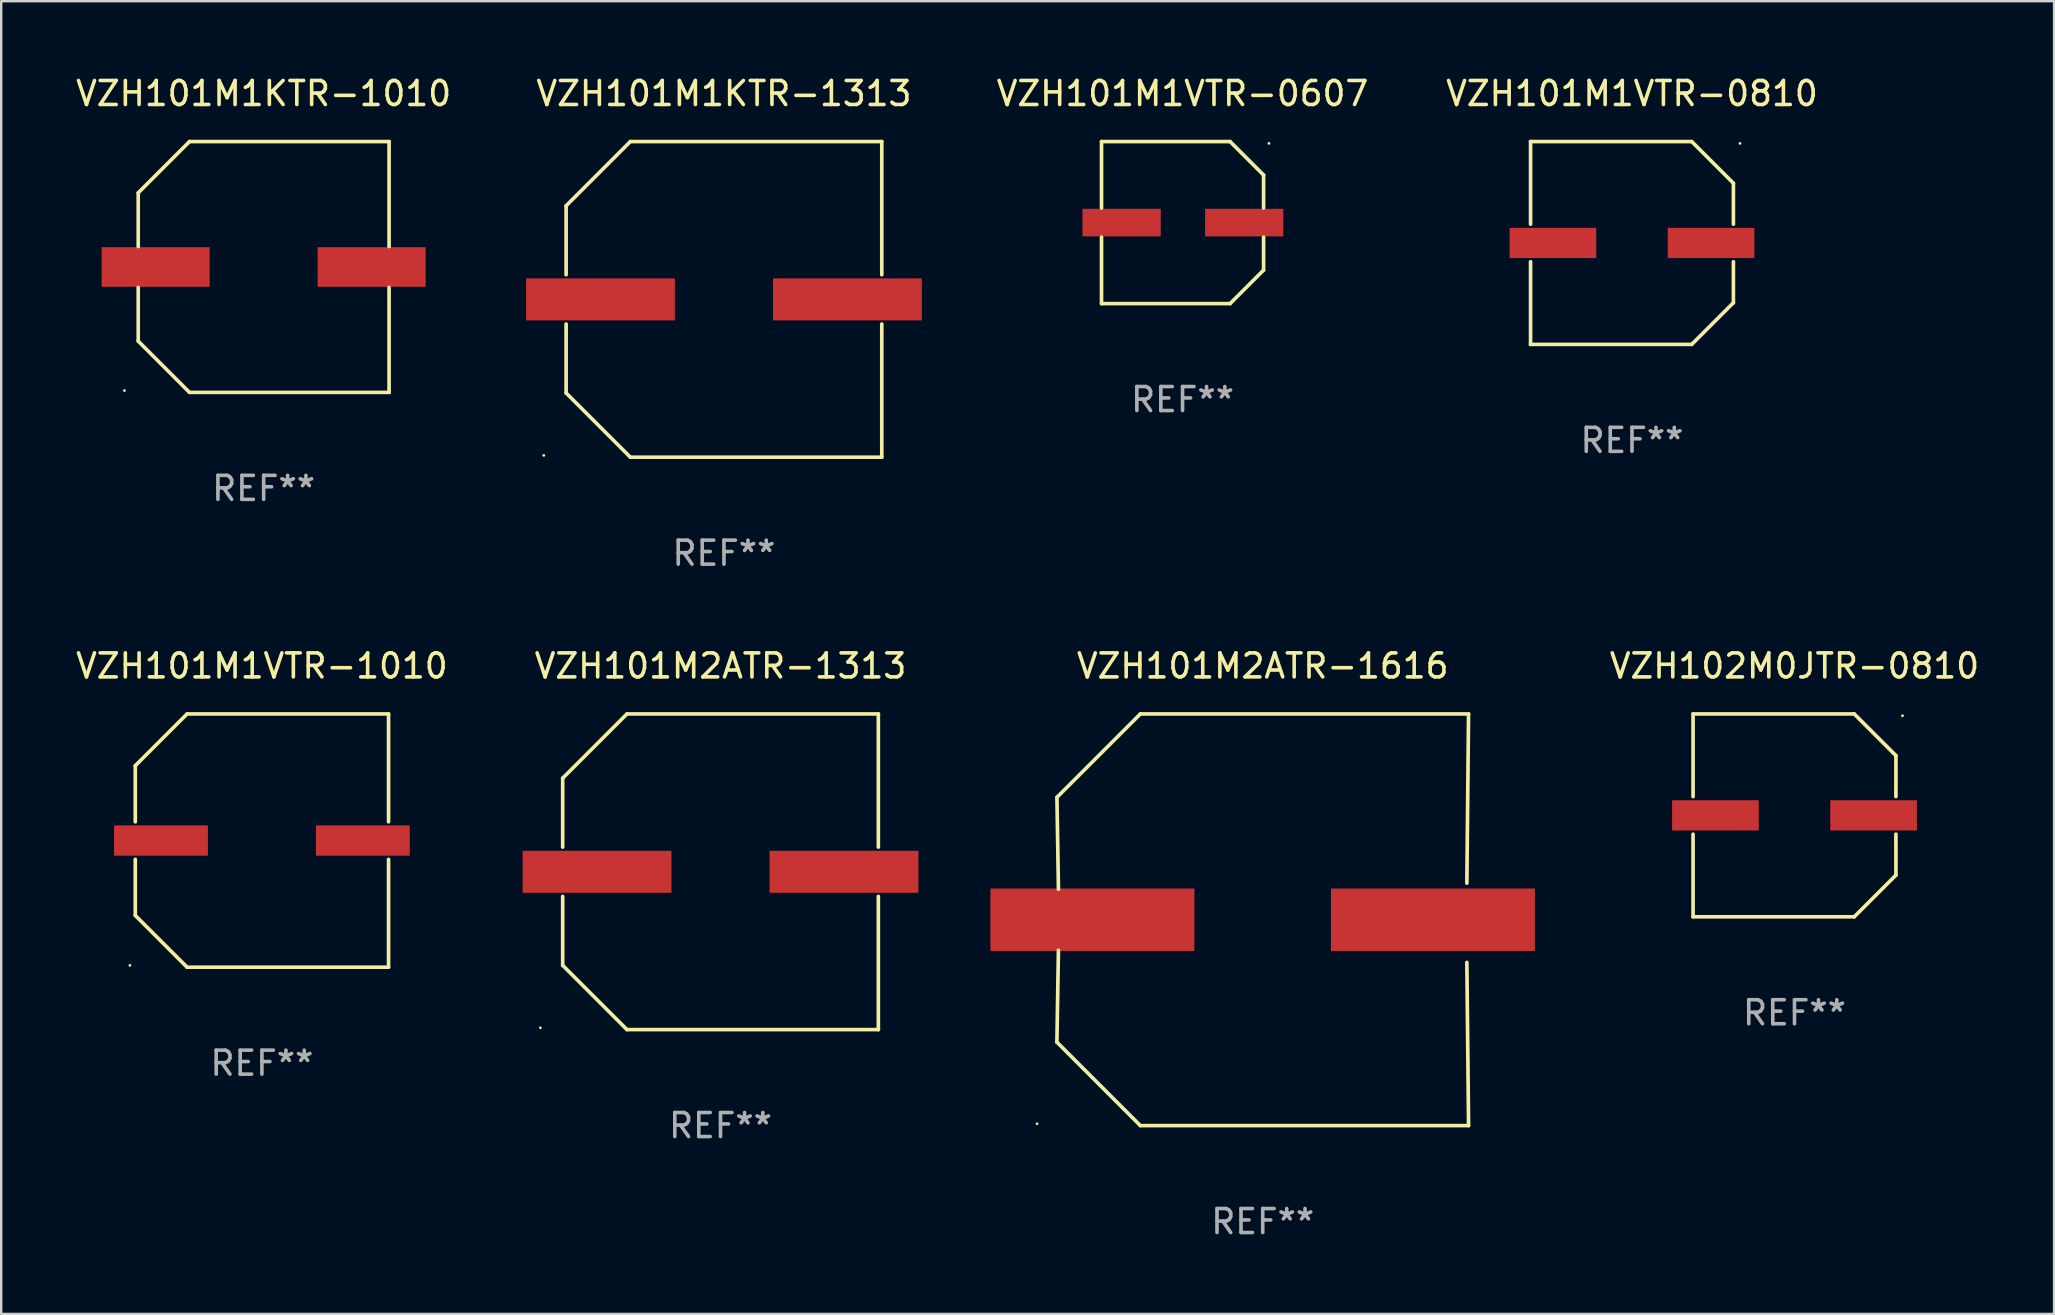
<source format=kicad_pcb>
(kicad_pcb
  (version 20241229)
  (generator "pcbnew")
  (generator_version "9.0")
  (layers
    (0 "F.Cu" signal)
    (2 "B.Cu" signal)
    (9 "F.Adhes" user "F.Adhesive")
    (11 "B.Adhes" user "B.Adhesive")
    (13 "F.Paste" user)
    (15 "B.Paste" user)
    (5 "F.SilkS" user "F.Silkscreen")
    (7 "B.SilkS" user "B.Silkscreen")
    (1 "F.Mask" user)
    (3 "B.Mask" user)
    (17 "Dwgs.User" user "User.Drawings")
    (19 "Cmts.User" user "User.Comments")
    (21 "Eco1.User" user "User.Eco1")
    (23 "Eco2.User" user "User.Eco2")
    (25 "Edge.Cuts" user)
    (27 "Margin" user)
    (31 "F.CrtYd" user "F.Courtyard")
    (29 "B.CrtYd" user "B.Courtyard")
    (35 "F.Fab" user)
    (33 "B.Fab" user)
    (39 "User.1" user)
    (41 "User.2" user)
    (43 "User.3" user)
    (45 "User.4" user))
  (footprint "VZH101M1VTR-1010"
    (layer "F.Cu")
    (at 7.863 31.973)
    (property "Reference" "VZH101M1VTR-1010" (at 0 -7.276 0) (layer "F.SilkS") (effects (font (size 1 1) (thickness 0.15))))
    (attr through_hole)
    (fp_line (start -5.276 -3.12) (end -3.12 -5.276) (stroke (width 0.152) (type solid)) (layer "F.SilkS"))
    (fp_line (start -5.276 -0.783) (end -5.276 -3.12) (stroke (width 0.152) (type solid)) (layer "F.SilkS"))
    (fp_line (start -5.276 0.783) (end -5.276 3.12) (stroke (width 0.152) (type solid)) (layer "F.SilkS"))
    (fp_line (start -5.276 3.12) (end -3.12 5.276) (stroke (width 0.152) (type solid)) (layer "F.SilkS"))
    (fp_line (start -3.12 -5.276) (end 5.276 -5.276) (stroke (width 0.152) (type solid)) (layer "F.SilkS"))
    (fp_line (start -3.12 5.276) (end 5.276 5.276) (stroke (width 0.152) (type solid)) (layer "F.SilkS"))
    (fp_line (start 5.276 -5.276) (end 5.276 -0.783) (stroke (width 0.152) (type solid)) (layer "F.SilkS"))
    (fp_line (start 5.276 5.276) (end 5.276 0.783) (stroke (width 0.152) (type solid)) (layer "F.SilkS"))
    (fp_circle (center -5.5 5.2) (end -5.47 5.2) (stroke (width 0.06) (type solid)) (fill no) (layer "F.SilkS"))
    (fp_text user "REF**" (at 0 9.276 0) (layer "F.Fab") (effects (font (size 1 1) (thickness 0.15))))
    (pad "1" smd rect (at -4.205 0) (size 3.91 1.261) (layers "F.Cu" "F.Mask" "F.Paste"))
    (pad "2" smd rect (at 4.205 0) (size 3.91 1.261) (layers "F.Cu" "F.Mask" "F.Paste")))
  (footprint "VZH101M1KTR-1010"
    (layer "F.Cu")
    (at 7.935 8.074)
    (property "Reference" "VZH101M1KTR-1010" (at 0 -7.226 0) (layer "F.SilkS") (effects (font (size 1 1) (thickness 0.15))))
    (attr through_hole)
    (fp_line (start -5.226 -3.09) (end -5.226 -0.852) (stroke (width 0.152) (type solid)) (layer "F.SilkS"))
    (fp_line (start -5.226 3.09) (end -5.226 0.852) (stroke (width 0.152) (type solid)) (layer "F.SilkS"))
    (fp_line (start -3.09 -5.226) (end -5.226 -3.09) (stroke (width 0.152) (type solid)) (layer "F.SilkS"))
    (fp_line (start -3.09 5.226) (end -5.226 3.09) (stroke (width 0.152) (type solid)) (layer "F.SilkS"))
    (fp_line (start 5.226 -5.226) (end -3.09 -5.226) (stroke (width 0.152) (type solid)) (layer "F.SilkS"))
    (fp_line (start 5.226 -0.852) (end 5.226 -5.226) (stroke (width 0.152) (type solid)) (layer "F.SilkS"))
    (fp_line (start 5.226 0.852) (end 5.226 5.226) (stroke (width 0.152) (type solid)) (layer "F.SilkS"))
    (fp_line (start 5.226 5.226) (end -3.09 5.226) (stroke (width 0.152) (type solid)) (layer "F.SilkS"))
    (fp_circle (center -5.8 5.15) (end -5.77 5.15) (stroke (width 0.06) (type solid)) (fill no) (layer "F.SilkS"))
    (fp_text user "REF**" (at 0 9.226 0) (layer "F.Fab") (effects (font (size 1 1) (thickness 0.15))))
    (pad "1" smd rect (at -4.5 0) (size 4.5 1.65) (layers "F.Cu" "F.Mask" "F.Paste"))
    (pad "2" smd rect (at 4.5 0) (size 4.5 1.65) (layers "F.Cu" "F.Mask" "F.Paste")))
  (footprint "VZH101M1VTR-0810"
    (layer "F.Cu")
    (at 64.948 7.074)
    (property "Reference" "VZH101M1VTR-0810" (at 0 -6.226 0) (layer "F.SilkS") (effects (font (size 1 1) (thickness 0.15))))
    (attr through_hole)
    (fp_line (start -4.226 -4.226) (end 2.49 -4.226) (stroke (width 0.152) (type solid)) (layer "F.SilkS"))
    (fp_line (start -4.226 -0.782) (end -4.226 -4.226) (stroke (width 0.152) (type solid)) (layer "F.SilkS"))
    (fp_line (start -4.226 0.782) (end -4.226 4.226) (stroke (width 0.152) (type solid)) (layer "F.SilkS"))
    (fp_line (start -4.226 4.226) (end 2.49 4.226) (stroke (width 0.152) (type solid)) (layer "F.SilkS"))
    (fp_line (start 2.49 -4.226) (end 4.226 -2.49) (stroke (width 0.152) (type solid)) (layer "F.SilkS"))
    (fp_line (start 2.49 4.226) (end 4.226 2.49) (stroke (width 0.152) (type solid)) (layer "F.SilkS"))
    (fp_line (start 4.226 -2.49) (end 4.226 -0.782) (stroke (width 0.152) (type solid)) (layer "F.SilkS"))
    (fp_line (start 4.226 2.49) (end 4.226 0.782) (stroke (width 0.152) (type solid)) (layer "F.SilkS"))
    (fp_circle (center 4.5 -4.15) (end 4.53 -4.15) (stroke (width 0.06) (type solid)) (fill no) (layer "F.SilkS"))
    (fp_text user "REF**" (at 0 8.226 0) (layer "F.Fab") (effects (font (size 1 1) (thickness 0.15))))
    (pad "1" smd rect (at 3.295 0 180) (size 3.61 1.26) (layers "F.Cu" "F.Mask" "F.Paste"))
    (pad "2" smd rect (at -3.295 0 180) (size 3.61 1.26) (layers "F.Cu" "F.Mask" "F.Paste")))
  (footprint "VZH101M2ATR-1313"
    (layer "F.Cu")
    (at 26.971 33.273)
    (property "Reference" "VZH101M2ATR-1313" (at 0 -8.576 0) (layer "F.SilkS") (effects (font (size 1 1) (thickness 0.15))))
    (attr through_hole)
    (fp_line (start -6.576 -3.9) (end -6.576 -1.027) (stroke (width 0.152) (type solid)) (layer "F.SilkS"))
    (fp_line (start -6.576 3.9) (end -6.576 1.027) (stroke (width 0.152) (type solid)) (layer "F.SilkS"))
    (fp_line (start -3.9 -6.576) (end -6.576 -3.9) (stroke (width 0.152) (type solid)) (layer "F.SilkS"))
    (fp_line (start -3.9 6.576) (end -6.576 3.9) (stroke (width 0.152) (type solid)) (layer "F.SilkS"))
    (fp_line (start 6.576 -6.576) (end -3.9 -6.576) (stroke (width 0.152) (type solid)) (layer "F.SilkS"))
    (fp_line (start 6.576 -1.027) (end 6.576 -6.576) (stroke (width 0.152) (type solid)) (layer "F.SilkS"))
    (fp_line (start 6.576 1.027) (end 6.576 6.576) (stroke (width 0.152) (type solid)) (layer "F.SilkS"))
    (fp_line (start 6.576 6.576) (end -3.9 6.576) (stroke (width 0.152) (type solid)) (layer "F.SilkS"))
    (fp_circle (center -7.506 6.5) (end -7.476 6.5) (stroke (width 0.06) (type solid)) (fill no) (layer "F.SilkS"))
    (fp_text user "REF**" (at 0 10.576 0) (layer "F.Fab") (effects (font (size 1 1) (thickness 0.15))))
    (pad "1" smd rect (at -5.145 0) (size 6.2 1.75) (layers "F.Cu" "F.Mask" "F.Paste"))
    (pad "2" smd rect (at 5.145 0) (size 6.2 1.75) (layers "F.Cu" "F.Mask" "F.Paste")))
  (footprint "VZH101M2ATR-1616"
    (layer "F.Cu")
    (at 49.563 35.273)
    (property "Reference" "VZH101M2ATR-1616" (at 0 -10.576 0) (layer "F.SilkS") (effects (font (size 1 1) (thickness 0.15))))
    (attr through_hole)
    (fp_line (start -8.576 5.099) (end -8.513 1.269) (stroke (width 0.152) (type solid)) (layer "F.SilkS"))
    (fp_line (start -8.575 -5.101) (end -8.512 -1.271) (stroke (width 0.152) (type solid)) (layer "F.SilkS"))
    (fp_line (start -5.1 -8.576) (end -8.575 -5.101) (stroke (width 0.152) (type solid)) (layer "F.SilkS"))
    (fp_line (start -5.1 8.576) (end -8.576 5.099) (stroke (width 0.152) (type solid)) (layer "F.SilkS"))
    (fp_line (start 8.505 -1.525) (end 8.575 -8.576) (stroke (width 0.152) (type solid)) (layer "F.SilkS"))
    (fp_line (start 8.505 1.777) (end 8.576 8.576) (stroke (width 0.152) (type solid)) (layer "F.SilkS"))
    (fp_line (start 8.575 -8.576) (end -5.1 -8.576) (stroke (width 0.152) (type solid)) (layer "F.SilkS"))
    (fp_line (start 8.576 8.576) (end -5.1 8.576) (stroke (width 0.152) (type solid)) (layer "F.SilkS"))
    (fp_circle (center -9.402 8.499) (end -9.372 8.499) (stroke (width 0.06) (type solid)) (fill no) (layer "F.SilkS"))
    (fp_text user "REF**" (at 0 12.576 0) (layer "F.Fab") (effects (font (size 1 1) (thickness 0.15))))
    (pad "1" smd rect (at -7.097 -0.001) (size 8.5 2.6) (layers "F.Cu" "F.Mask" "F.Paste"))
    (pad "2" smd rect (at 7.09 -0.001) (size 8.5 2.6) (layers "F.Cu" "F.Mask" "F.Paste")))
  (footprint "VZH101M1KTR-1313"
    (layer "F.Cu")
    (at 27.114 9.424)
    (property "Reference" "VZH101M1KTR-1313" (at 0 -8.576 0) (layer "F.SilkS") (effects (font (size 1 1) (thickness 0.15))))
    (attr through_hole)
    (fp_line (start -6.576 -3.9) (end -6.576 -1.027) (stroke (width 0.152) (type solid)) (layer "F.SilkS"))
    (fp_line (start -6.576 3.9) (end -6.576 1.027) (stroke (width 0.152) (type solid)) (layer "F.SilkS"))
    (fp_line (start -3.9 -6.576) (end -6.576 -3.9) (stroke (width 0.152) (type solid)) (layer "F.SilkS"))
    (fp_line (start -3.9 6.576) (end -6.576 3.9) (stroke (width 0.152) (type solid)) (layer "F.SilkS"))
    (fp_line (start 6.576 -6.576) (end -3.9 -6.576) (stroke (width 0.152) (type solid)) (layer "F.SilkS"))
    (fp_line (start 6.576 -1.027) (end 6.576 -6.576) (stroke (width 0.152) (type solid)) (layer "F.SilkS"))
    (fp_line (start 6.576 1.027) (end 6.576 6.576) (stroke (width 0.152) (type solid)) (layer "F.SilkS"))
    (fp_line (start 6.576 6.576) (end -3.9 6.576) (stroke (width 0.152) (type solid)) (layer "F.SilkS"))
    (fp_circle (center -7.506 6.5) (end -7.476 6.5) (stroke (width 0.06) (type solid)) (fill no) (layer "F.SilkS"))
    (fp_text user "REF**" (at 0 10.576 0) (layer "F.Fab") (effects (font (size 1 1) (thickness 0.15))))
    (pad "1" smd rect (at -5.145 0) (size 6.2 1.75) (layers "F.Cu" "F.Mask" "F.Paste"))
    (pad "2" smd rect (at 5.145 0) (size 6.2 1.75) (layers "F.Cu" "F.Mask" "F.Paste")))
  (footprint "VZH102M0JTR-0810"
    (layer "F.Cu")
    (at 71.719 30.923)
    (property "Reference" "VZH102M0JTR-0810" (at 0 -6.226 0) (layer "F.SilkS") (effects (font (size 1 1) (thickness 0.15))))
    (attr through_hole)
    (fp_line (start -4.226 -4.226) (end 2.49 -4.226) (stroke (width 0.152) (type solid)) (layer "F.SilkS"))
    (fp_line (start -4.226 -0.782) (end -4.226 -4.226) (stroke (width 0.152) (type solid)) (layer "F.SilkS"))
    (fp_line (start -4.226 0.782) (end -4.226 4.226) (stroke (width 0.152) (type solid)) (layer "F.SilkS"))
    (fp_line (start -4.226 4.226) (end 2.49 4.226) (stroke (width 0.152) (type solid)) (layer "F.SilkS"))
    (fp_line (start 2.49 -4.226) (end 4.226 -2.49) (stroke (width 0.152) (type solid)) (layer "F.SilkS"))
    (fp_line (start 2.49 4.226) (end 4.226 2.49) (stroke (width 0.152) (type solid)) (layer "F.SilkS"))
    (fp_line (start 4.226 -2.49) (end 4.226 -0.782) (stroke (width 0.152) (type solid)) (layer "F.SilkS"))
    (fp_line (start 4.226 2.49) (end 4.226 0.782) (stroke (width 0.152) (type solid)) (layer "F.SilkS"))
    (fp_circle (center 4.5 -4.15) (end 4.53 -4.15) (stroke (width 0.06) (type solid)) (fill no) (layer "F.SilkS"))
    (fp_text user "REF**" (at 0 8.226 0) (layer "F.Fab") (effects (font (size 1 1) (thickness 0.15))))
    (pad "1" smd rect (at 3.295 0 180) (size 3.61 1.26) (layers "F.Cu" "F.Mask" "F.Paste"))
    (pad "2" smd rect (at -3.295 0 180) (size 3.61 1.26) (layers "F.Cu" "F.Mask" "F.Paste")))
  (footprint "VZH101M1VTR-0607"
    (layer "F.Cu")
    (at 46.222 6.224)
    (property "Reference" "VZH101M1VTR-0607" (at 0 -5.376 0) (layer "F.SilkS") (effects (font (size 1 1) (thickness 0.15))))
    (attr through_hole)
    (fp_line (start -3.376 -3.376) (end 1.98 -3.376) (stroke (width 0.152) (type solid)) (layer "F.SilkS"))
    (fp_line (start -3.376 -0.607) (end -3.376 -3.376) (stroke (width 0.152) (type solid)) (layer "F.SilkS"))
    (fp_line (start -3.376 0.607) (end -3.376 3.376) (stroke (width 0.152) (type solid)) (layer "F.SilkS"))
    (fp_line (start -3.376 3.376) (end 1.98 3.376) (stroke (width 0.152) (type solid)) (layer "F.SilkS"))
    (fp_line (start 1.98 -3.376) (end 3.376 -1.98) (stroke (width 0.152) (type solid)) (layer "F.SilkS"))
    (fp_line (start 1.98 3.376) (end 3.376 1.98) (stroke (width 0.152) (type solid)) (layer "F.SilkS"))
    (fp_line (start 3.376 -1.98) (end 3.376 -0.607) (stroke (width 0.152) (type solid)) (layer "F.SilkS"))
    (fp_line (start 3.376 1.98) (end 3.376 0.607) (stroke (width 0.152) (type solid)) (layer "F.SilkS"))
    (fp_circle (center 3.6 -3.3) (end 3.63 -3.3) (stroke (width 0.06) (type solid)) (fill no) (layer "F.SilkS"))
    (fp_text user "REF**" (at 0 7.376 0) (layer "F.Fab") (effects (font (size 1 1) (thickness 0.15))))
    (pad "1" smd rect (at 2.57 0 180) (size 3.26 1.15) (layers "F.Cu" "F.Mask" "F.Paste"))
    (pad "2" smd rect (at -2.54 0 180) (size 3.26 1.15) (layers "F.Cu" "F.Mask" "F.Paste")))
  (gr_rect
    (start -3 -3)
    (end 82.534 51.697)
    (stroke (width 0.1) (type default))
    (fill no)
    (layer "Edge.Cuts")))
</source>
